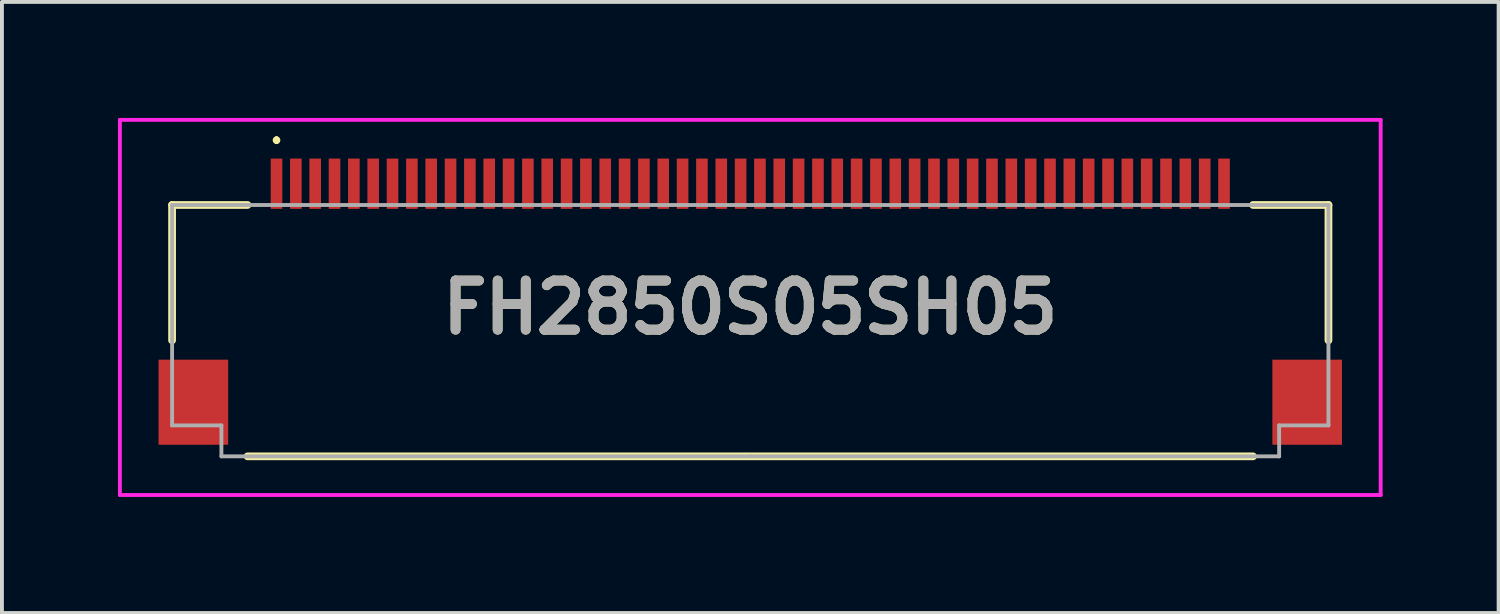
<source format=kicad_pcb>
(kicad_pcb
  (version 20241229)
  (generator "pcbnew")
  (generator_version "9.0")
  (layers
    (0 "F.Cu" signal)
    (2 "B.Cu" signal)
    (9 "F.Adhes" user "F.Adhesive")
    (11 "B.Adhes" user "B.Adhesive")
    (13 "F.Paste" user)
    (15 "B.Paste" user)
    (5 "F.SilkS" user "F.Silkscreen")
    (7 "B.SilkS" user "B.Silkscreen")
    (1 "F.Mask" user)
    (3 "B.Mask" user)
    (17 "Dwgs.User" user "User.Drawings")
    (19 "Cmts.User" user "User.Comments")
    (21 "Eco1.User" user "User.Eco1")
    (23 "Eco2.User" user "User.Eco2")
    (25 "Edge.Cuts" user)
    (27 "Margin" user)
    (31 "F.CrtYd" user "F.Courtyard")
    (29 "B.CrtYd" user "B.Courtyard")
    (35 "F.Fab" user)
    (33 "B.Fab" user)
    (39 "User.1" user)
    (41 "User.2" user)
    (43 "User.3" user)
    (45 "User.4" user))
  (footprint "FH2850S05SH05"
    (layer "F.Cu")
    (at 16.35 5.225)
    (property "Reference" "FH2850S05SH05" (at 0 -0.325 0) (layer "F.SilkS") (effects (font (size 1.27 1.27) (thickness 0.254))))
    (attr smd)
    (fp_line (start -14.95 -2.975) (end -14.95 0.525) (stroke (width 0.2) (type solid)) (layer "F.SilkS"))
    (fp_line (start -13 -2.975) (end -14.95 -2.975) (stroke (width 0.2) (type solid)) (layer "F.SilkS"))
    (fp_line (start -13 3.525) (end 13 3.525) (stroke (width 0.2) (type solid)) (layer "F.SilkS"))
    (fp_line (start -12.25 -4.7) (end -12.25 -4.7) (stroke (width 0.1) (type solid)) (layer "F.SilkS"))
    (fp_line (start -12.25 -4.6) (end -12.25 -4.6) (stroke (width 0.1) (type solid)) (layer "F.SilkS"))
    (fp_line (start 14.95 -2.975) (end 13 -2.975) (stroke (width 0.2) (type solid)) (layer "F.SilkS"))
    (fp_line (start 14.95 0.525) (end 14.95 -2.975) (stroke (width 0.2) (type solid)) (layer "F.SilkS"))
    (fp_arc (start -12.25 -4.7) (mid -12.2 -4.65) (end -12.25 -4.6) (stroke (width 0.1) (type solid)) (layer "F.SilkS"))
    (fp_arc (start -12.25 -4.6) (mid -12.3 -4.65) (end -12.25 -4.7) (stroke (width 0.1) (type solid)) (layer "F.SilkS"))
    (fp_line (start -16.3 -5.175) (end 16.3 -5.175) (stroke (width 0.1) (type solid)) (layer "F.CrtYd"))
    (fp_line (start -16.3 4.525) (end -16.3 -5.175) (stroke (width 0.1) (type solid)) (layer "F.CrtYd"))
    (fp_line (start 16.3 -5.175) (end 16.3 4.525) (stroke (width 0.1) (type solid)) (layer "F.CrtYd"))
    (fp_line (start 16.3 4.525) (end -16.3 4.525) (stroke (width 0.1) (type solid)) (layer "F.CrtYd"))
    (fp_line (start -14.95 -2.975) (end 14.95 -2.975) (stroke (width 0.1) (type solid)) (layer "F.Fab"))
    (fp_line (start -14.95 2.725) (end -14.95 -2.975) (stroke (width 0.1) (type solid)) (layer "F.Fab"))
    (fp_line (start -13.675 2.725) (end -14.95 2.725) (stroke (width 0.1) (type solid)) (layer "F.Fab"))
    (fp_line (start -13.675 3.525) (end -13.675 2.725) (stroke (width 0.1) (type solid)) (layer "F.Fab"))
    (fp_line (start 0 3.525) (end -13.675 3.525) (stroke (width 0.1) (type solid)) (layer "F.Fab"))
    (fp_line (start 13.675 2.725) (end 13.675 3.525) (stroke (width 0.1) (type solid)) (layer "F.Fab"))
    (fp_line (start 13.675 3.525) (end 0 3.525) (stroke (width 0.1) (type solid)) (layer "F.Fab"))
    (fp_line (start 14.95 -2.975) (end 14.95 2.725) (stroke (width 0.1) (type solid)) (layer "F.Fab"))
    (fp_line (start 14.95 2.725) (end 13.675 2.725) (stroke (width 0.1) (type solid)) (layer "F.Fab"))
    (fp_text user "${REFERENCE}" (at 0 -0.325 0) (layer "F.Fab") (effects (font (size 1.27 1.27) (thickness 0.254))))
    (pad "1" smd rect (at -12.25 -3.525) (size 0.3 1.3) (layers "F.Cu" "F.Mask" "F.Paste"))
    (pad "2" smd rect (at -11.75 -3.525) (size 0.3 1.3) (layers "F.Cu" "F.Mask" "F.Paste"))
    (pad "3" smd rect (at -11.25 -3.525) (size 0.3 1.3) (layers "F.Cu" "F.Mask" "F.Paste"))
    (pad "4" smd rect (at -10.75 -3.525) (size 0.3 1.3) (layers "F.Cu" "F.Mask" "F.Paste"))
    (pad "5" smd rect (at -10.25 -3.525) (size 0.3 1.3) (layers "F.Cu" "F.Mask" "F.Paste"))
    (pad "6" smd rect (at -9.75 -3.525) (size 0.3 1.3) (layers "F.Cu" "F.Mask" "F.Paste"))
    (pad "7" smd rect (at -9.25 -3.525) (size 0.3 1.3) (layers "F.Cu" "F.Mask" "F.Paste"))
    (pad "8" smd rect (at -8.75 -3.525) (size 0.3 1.3) (layers "F.Cu" "F.Mask" "F.Paste"))
    (pad "9" smd rect (at -8.25 -3.525) (size 0.3 1.3) (layers "F.Cu" "F.Mask" "F.Paste"))
    (pad "10" smd rect (at -7.75 -3.525) (size 0.3 1.3) (layers "F.Cu" "F.Mask" "F.Paste"))
    (pad "11" smd rect (at -7.25 -3.525) (size 0.3 1.3) (layers "F.Cu" "F.Mask" "F.Paste"))
    (pad "12" smd rect (at -6.75 -3.525) (size 0.3 1.3) (layers "F.Cu" "F.Mask" "F.Paste"))
    (pad "13" smd rect (at -6.25 -3.525) (size 0.3 1.3) (layers "F.Cu" "F.Mask" "F.Paste"))
    (pad "14" smd rect (at -5.75 -3.525) (size 0.3 1.3) (layers "F.Cu" "F.Mask" "F.Paste"))
    (pad "15" smd rect (at -5.25 -3.525) (size 0.3 1.3) (layers "F.Cu" "F.Mask" "F.Paste"))
    (pad "16" smd rect (at -4.75 -3.525) (size 0.3 1.3) (layers "F.Cu" "F.Mask" "F.Paste"))
    (pad "17" smd rect (at -4.25 -3.525) (size 0.3 1.3) (layers "F.Cu" "F.Mask" "F.Paste"))
    (pad "18" smd rect (at -3.75 -3.525) (size 0.3 1.3) (layers "F.Cu" "F.Mask" "F.Paste"))
    (pad "19" smd rect (at -3.25 -3.525) (size 0.3 1.3) (layers "F.Cu" "F.Mask" "F.Paste"))
    (pad "20" smd rect (at -2.75 -3.525) (size 0.3 1.3) (layers "F.Cu" "F.Mask" "F.Paste"))
    (pad "21" smd rect (at -2.25 -3.525) (size 0.3 1.3) (layers "F.Cu" "F.Mask" "F.Paste"))
    (pad "22" smd rect (at -1.75 -3.525) (size 0.3 1.3) (layers "F.Cu" "F.Mask" "F.Paste"))
    (pad "23" smd rect (at -1.25 -3.525) (size 0.3 1.3) (layers "F.Cu" "F.Mask" "F.Paste"))
    (pad "24" smd rect (at -0.75 -3.525) (size 0.3 1.3) (layers "F.Cu" "F.Mask" "F.Paste"))
    (pad "25" smd rect (at -0.25 -3.525) (size 0.3 1.3) (layers "F.Cu" "F.Mask" "F.Paste"))
    (pad "26" smd rect (at 0.25 -3.525) (size 0.3 1.3) (layers "F.Cu" "F.Mask" "F.Paste"))
    (pad "27" smd rect (at 0.75 -3.525) (size 0.3 1.3) (layers "F.Cu" "F.Mask" "F.Paste"))
    (pad "28" smd rect (at 1.25 -3.525) (size 0.3 1.3) (layers "F.Cu" "F.Mask" "F.Paste"))
    (pad "29" smd rect (at 1.75 -3.525) (size 0.3 1.3) (layers "F.Cu" "F.Mask" "F.Paste"))
    (pad "30" smd rect (at 2.25 -3.525) (size 0.3 1.3) (layers "F.Cu" "F.Mask" "F.Paste"))
    (pad "31" smd rect (at 2.75 -3.525) (size 0.3 1.3) (layers "F.Cu" "F.Mask" "F.Paste"))
    (pad "32" smd rect (at 3.25 -3.525) (size 0.3 1.3) (layers "F.Cu" "F.Mask" "F.Paste"))
    (pad "33" smd rect (at 3.75 -3.525) (size 0.3 1.3) (layers "F.Cu" "F.Mask" "F.Paste"))
    (pad "34" smd rect (at 4.25 -3.525) (size 0.3 1.3) (layers "F.Cu" "F.Mask" "F.Paste"))
    (pad "35" smd rect (at 4.75 -3.525) (size 0.3 1.3) (layers "F.Cu" "F.Mask" "F.Paste"))
    (pad "36" smd rect (at 5.25 -3.525) (size 0.3 1.3) (layers "F.Cu" "F.Mask" "F.Paste"))
    (pad "37" smd rect (at 5.75 -3.525) (size 0.3 1.3) (layers "F.Cu" "F.Mask" "F.Paste"))
    (pad "38" smd rect (at 6.25 -3.525) (size 0.3 1.3) (layers "F.Cu" "F.Mask" "F.Paste"))
    (pad "39" smd rect (at 6.75 -3.525) (size 0.3 1.3) (layers "F.Cu" "F.Mask" "F.Paste"))
    (pad "40" smd rect (at 7.25 -3.525) (size 0.3 1.3) (layers "F.Cu" "F.Mask" "F.Paste"))
    (pad "41" smd rect (at 7.75 -3.525) (size 0.3 1.3) (layers "F.Cu" "F.Mask" "F.Paste"))
    (pad "42" smd rect (at 8.25 -3.525) (size 0.3 1.3) (layers "F.Cu" "F.Mask" "F.Paste"))
    (pad "43" smd rect (at 8.75 -3.525) (size 0.3 1.3) (layers "F.Cu" "F.Mask" "F.Paste"))
    (pad "44" smd rect (at 9.25 -3.525) (size 0.3 1.3) (layers "F.Cu" "F.Mask" "F.Paste"))
    (pad "45" smd rect (at 9.75 -3.525) (size 0.3 1.3) (layers "F.Cu" "F.Mask" "F.Paste"))
    (pad "46" smd rect (at 10.25 -3.525) (size 0.3 1.3) (layers "F.Cu" "F.Mask" "F.Paste"))
    (pad "47" smd rect (at 10.75 -3.525) (size 0.3 1.3) (layers "F.Cu" "F.Mask" "F.Paste"))
    (pad "48" smd rect (at 11.25 -3.525) (size 0.3 1.3) (layers "F.Cu" "F.Mask" "F.Paste"))
    (pad "49" smd rect (at 11.75 -3.525) (size 0.3 1.3) (layers "F.Cu" "F.Mask" "F.Paste"))
    (pad "50" smd rect (at 12.25 -3.525) (size 0.3 1.3) (layers "F.Cu" "F.Mask" "F.Paste"))
    (pad "51" smd rect (at -14.4 2.125) (size 1.8 2.2) (layers "F.Cu" "F.Mask" "F.Paste"))
    (pad "52" smd rect (at 14.4 2.125) (size 1.8 2.2) (layers "F.Cu" "F.Mask" "F.Paste")))
  (gr_rect
    (start -3 -3)
    (end 35.7 12.8)
    (stroke (width 0.1) (type default))
    (fill no)
    (layer "Edge.Cuts")))
</source>
